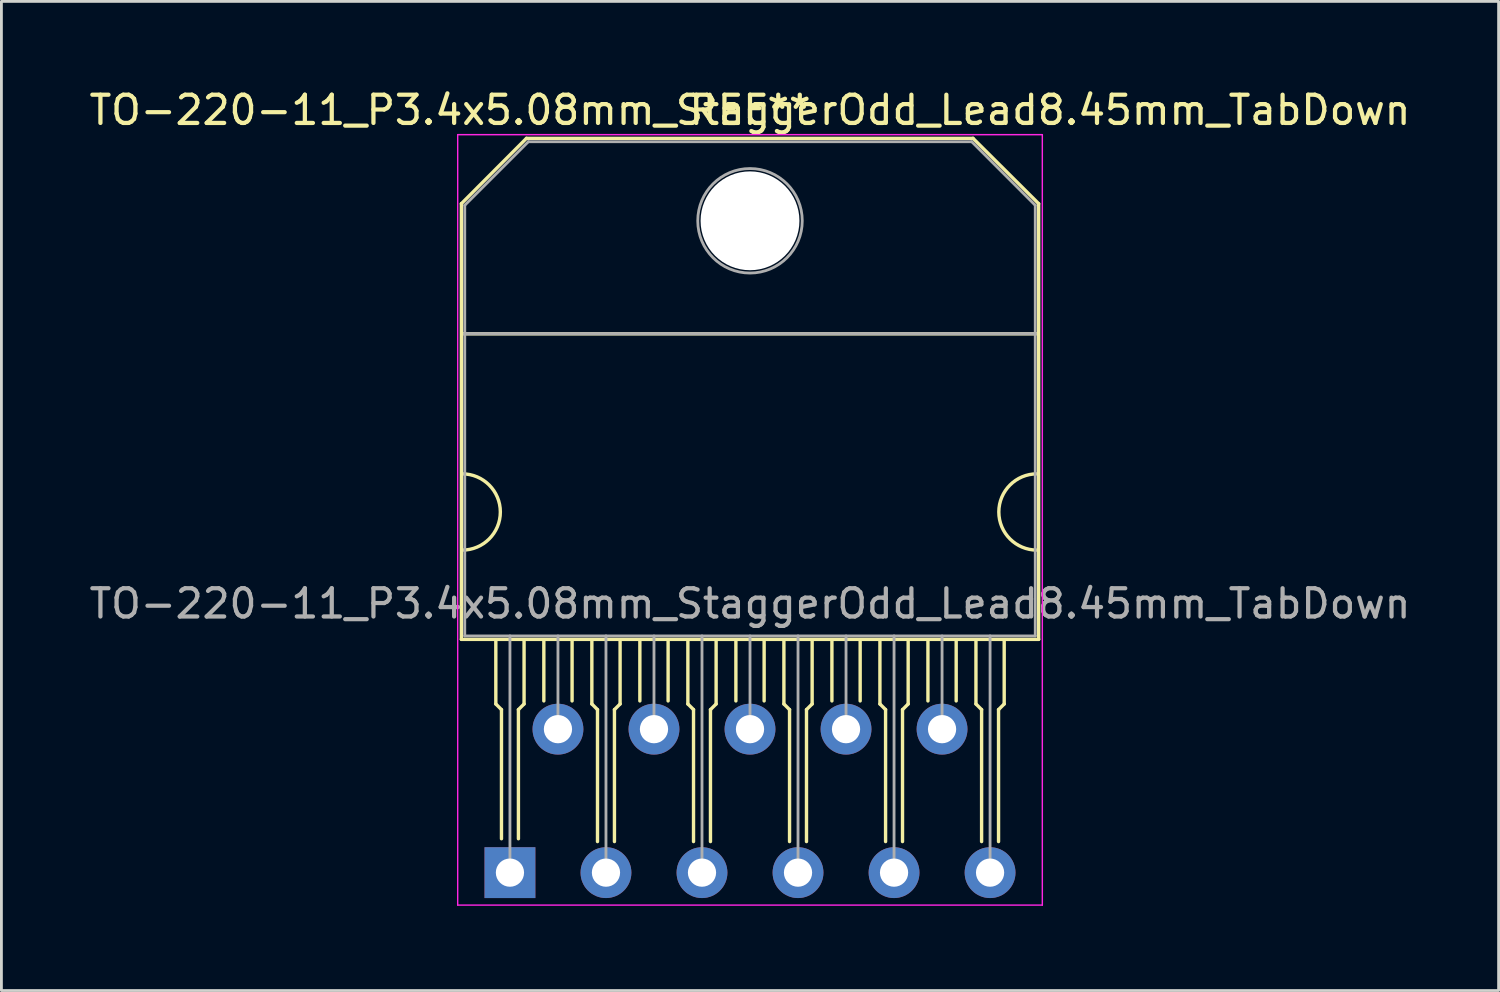
<source format=kicad_pcb>
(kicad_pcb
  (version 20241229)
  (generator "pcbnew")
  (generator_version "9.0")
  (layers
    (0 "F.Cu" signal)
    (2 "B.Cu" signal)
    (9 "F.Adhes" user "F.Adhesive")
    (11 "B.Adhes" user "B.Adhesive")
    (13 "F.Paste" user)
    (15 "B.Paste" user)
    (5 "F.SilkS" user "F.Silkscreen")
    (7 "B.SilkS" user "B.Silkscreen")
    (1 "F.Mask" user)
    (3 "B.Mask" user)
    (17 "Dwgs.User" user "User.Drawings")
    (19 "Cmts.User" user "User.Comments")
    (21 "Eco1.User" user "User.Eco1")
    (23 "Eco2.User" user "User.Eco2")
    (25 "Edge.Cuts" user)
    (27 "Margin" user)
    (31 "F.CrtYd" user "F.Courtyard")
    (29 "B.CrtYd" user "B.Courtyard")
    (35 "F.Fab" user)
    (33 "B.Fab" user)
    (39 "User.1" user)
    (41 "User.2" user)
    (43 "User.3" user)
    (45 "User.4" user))
  (footprint "TO-220-11_P3.4x5.08mm_StaggerOdd_Lead8.45mm_TabDown"
    (layer "F.Cu")
    (at 15.006 27.848)
    (property "Reference" "TO-220-11_P3.4x5.08mm_StaggerOdd_Lead8.45mm_TabDown" (at 8.5 -27 0) (layer "F.SilkS") (effects (font (size 1 1) (thickness 0.15))))
    (attr through_hole)
    (fp_line (start -1.72 -23.686) (end -1.72 -8.26) (stroke (width 0.12) (type solid)) (layer "F.SilkS"))
    (fp_line (start -1.72 -23.686) (end 0.585 -26) (stroke (width 0.12) (type solid)) (layer "F.SilkS"))
    (fp_line (start -1.72 -8.26) (end 18.72 -8.26) (stroke (width 0.12) (type solid)) (layer "F.SilkS"))
    (fp_line (start -1.69 -19.08) (end 18.66 -19.08) (stroke (width 0.12) (type solid)) (layer "F.SilkS"))
    (fp_line (start -0.5 -8.222) (end -0.5 -5.972) (stroke (width 0.12) (type solid)) (layer "F.SilkS"))
    (fp_line (start -0.5 -5.972) (end -0.3 -5.772) (stroke (width 0.12) (type solid)) (layer "F.SilkS"))
    (fp_line (start -0.3 -1.2) (end -0.3 -5.772) (stroke (width 0.12) (type solid)) (layer "F.SilkS"))
    (fp_line (start 0.3 -1.2) (end 0.3 -5.772) (stroke (width 0.12) (type solid)) (layer "F.SilkS"))
    (fp_line (start 0.5 -8.222) (end 0.5 -5.972) (stroke (width 0.12) (type solid)) (layer "F.SilkS"))
    (fp_line (start 0.5 -5.972) (end 0.3 -5.772) (stroke (width 0.12) (type solid)) (layer "F.SilkS"))
    (fp_line (start 0.585 -26) (end 16.396 -26) (stroke (width 0.12) (type solid)) (layer "F.SilkS"))
    (fp_line (start 1.2 -8.222) (end 1.2 -6.08) (stroke (width 0.12) (type solid)) (layer "F.SilkS"))
    (fp_line (start 2.2 -8.222) (end 2.2 -6.08) (stroke (width 0.12) (type solid)) (layer "F.SilkS"))
    (fp_line (start 2.9 -8.222) (end 2.9 -5.972) (stroke (width 0.12) (type solid)) (layer "F.SilkS"))
    (fp_line (start 2.9 -5.972) (end 3.1 -5.772) (stroke (width 0.12) (type solid)) (layer "F.SilkS"))
    (fp_line (start 3.1 -1.1) (end 3.1 -5.772) (stroke (width 0.12) (type solid)) (layer "F.SilkS"))
    (fp_line (start 3.7 -1.1) (end 3.7 -5.772) (stroke (width 0.12) (type solid)) (layer "F.SilkS"))
    (fp_line (start 3.9 -8.222) (end 3.9 -5.972) (stroke (width 0.12) (type solid)) (layer "F.SilkS"))
    (fp_line (start 3.9 -5.972) (end 3.7 -5.772) (stroke (width 0.12) (type solid)) (layer "F.SilkS"))
    (fp_line (start 4.6 -8.222) (end 4.6 -6.08) (stroke (width 0.12) (type solid)) (layer "F.SilkS"))
    (fp_line (start 5.6 -8.222) (end 5.6 -6.08) (stroke (width 0.12) (type solid)) (layer "F.SilkS"))
    (fp_line (start 6.3 -8.222) (end 6.3 -5.972) (stroke (width 0.12) (type solid)) (layer "F.SilkS"))
    (fp_line (start 6.3 -5.972) (end 6.5 -5.772) (stroke (width 0.12) (type solid)) (layer "F.SilkS"))
    (fp_line (start 6.5 -1.1) (end 6.5 -5.772) (stroke (width 0.12) (type solid)) (layer "F.SilkS"))
    (fp_line (start 7.1 -1.1) (end 7.1 -5.772) (stroke (width 0.12) (type solid)) (layer "F.SilkS"))
    (fp_line (start 7.3 -8.222) (end 7.3 -5.972) (stroke (width 0.12) (type solid)) (layer "F.SilkS"))
    (fp_line (start 7.3 -5.972) (end 7.1 -5.772) (stroke (width 0.12) (type solid)) (layer "F.SilkS"))
    (fp_line (start 8 -8.222) (end 8 -6.08) (stroke (width 0.12) (type solid)) (layer "F.SilkS"))
    (fp_line (start 9 -8.222) (end 9 -6.08) (stroke (width 0.12) (type solid)) (layer "F.SilkS"))
    (fp_line (start 9.7 -8.222) (end 9.7 -5.972) (stroke (width 0.12) (type solid)) (layer "F.SilkS"))
    (fp_line (start 9.7 -5.972) (end 9.9 -5.772) (stroke (width 0.12) (type solid)) (layer "F.SilkS"))
    (fp_line (start 9.9 -1.1) (end 9.9 -5.772) (stroke (width 0.12) (type solid)) (layer "F.SilkS"))
    (fp_line (start 10.5 -1.1) (end 10.5 -5.772) (stroke (width 0.12) (type solid)) (layer "F.SilkS"))
    (fp_line (start 10.7 -8.222) (end 10.7 -5.972) (stroke (width 0.12) (type solid)) (layer "F.SilkS"))
    (fp_line (start 10.7 -5.972) (end 10.5 -5.772) (stroke (width 0.12) (type solid)) (layer "F.SilkS"))
    (fp_line (start 11.4 -8.222) (end 11.4 -6.08) (stroke (width 0.12) (type solid)) (layer "F.SilkS"))
    (fp_line (start 12.4 -8.222) (end 12.4 -6.08) (stroke (width 0.12) (type solid)) (layer "F.SilkS"))
    (fp_line (start 13.1 -8.222) (end 13.1 -5.972) (stroke (width 0.12) (type solid)) (layer "F.SilkS"))
    (fp_line (start 13.1 -5.972) (end 13.3 -5.772) (stroke (width 0.12) (type solid)) (layer "F.SilkS"))
    (fp_line (start 13.3 -1.1) (end 13.3 -5.772) (stroke (width 0.12) (type solid)) (layer "F.SilkS"))
    (fp_line (start 13.9 -1.1) (end 13.9 -5.772) (stroke (width 0.12) (type solid)) (layer "F.SilkS"))
    (fp_line (start 14.1 -8.222) (end 14.1 -5.972) (stroke (width 0.12) (type solid)) (layer "F.SilkS"))
    (fp_line (start 14.1 -5.972) (end 13.9 -5.772) (stroke (width 0.12) (type solid)) (layer "F.SilkS"))
    (fp_line (start 14.8 -8.222) (end 14.8 -6.08) (stroke (width 0.12) (type solid)) (layer "F.SilkS"))
    (fp_line (start 15.8 -8.222) (end 15.8 -6.08) (stroke (width 0.12) (type solid)) (layer "F.SilkS"))
    (fp_line (start 16.5 -8.222) (end 16.5 -5.972) (stroke (width 0.12) (type solid)) (layer "F.SilkS"))
    (fp_line (start 16.5 -5.972) (end 16.7 -5.772) (stroke (width 0.12) (type solid)) (layer "F.SilkS"))
    (fp_line (start 16.7 -1.1) (end 16.7 -5.772) (stroke (width 0.12) (type solid)) (layer "F.SilkS"))
    (fp_line (start 17.3 -1.1) (end 17.3 -5.772) (stroke (width 0.12) (type solid)) (layer "F.SilkS"))
    (fp_line (start 17.5 -8.222) (end 17.5 -5.972) (stroke (width 0.12) (type solid)) (layer "F.SilkS"))
    (fp_line (start 17.5 -5.972) (end 17.3 -5.772) (stroke (width 0.12) (type solid)) (layer "F.SilkS"))
    (fp_line (start 18.72 -23.686) (end 16.396 -26) (stroke (width 0.12) (type solid)) (layer "F.SilkS"))
    (fp_line (start 18.72 -23.686) (end 18.72 -8.26) (stroke (width 0.12) (type solid)) (layer "F.SilkS"))
    (fp_arc (start -1.69 -14.12) (mid -0.34 -12.77) (end -1.69 -11.42) (stroke (width 0.12) (type solid)) (layer "F.SilkS"))
    (fp_arc (start 18.66 -11.42) (mid 17.31 -12.77) (end 18.66 -14.12) (stroke (width 0.12) (type solid)) (layer "F.SilkS"))
    (fp_line (start -1.85 -26.13) (end -1.85 1.15) (stroke (width 0.05) (type solid)) (layer "F.CrtYd"))
    (fp_line (start -1.85 1.15) (end 18.85 1.15) (stroke (width 0.05) (type solid)) (layer "F.CrtYd"))
    (fp_line (start 18.85 -26.13) (end -1.85 -26.13) (stroke (width 0.05) (type solid)) (layer "F.CrtYd"))
    (fp_line (start 18.85 1.15) (end 18.85 -26.13) (stroke (width 0.05) (type solid)) (layer "F.CrtYd"))
    (fp_line (start -1.6 -23.63) (end 0.651 -25.88) (stroke (width 0.1) (type solid)) (layer "F.Fab"))
    (fp_line (start -1.6 -19.08) (end -1.6 -23.63) (stroke (width 0.1) (type solid)) (layer "F.Fab"))
    (fp_line (start -1.6 -19.08) (end 18.6 -19.08) (stroke (width 0.1) (type solid)) (layer "F.Fab"))
    (fp_line (start -1.6 -8.38) (end -1.6 -19.08) (stroke (width 0.1) (type solid)) (layer "F.Fab"))
    (fp_line (start 0 -8.382) (end 0 0) (stroke (width 0.1) (type solid)) (layer "F.Fab"))
    (fp_line (start 0.651 -25.88) (end 16.351 -25.88) (stroke (width 0.1) (type solid)) (layer "F.Fab"))
    (fp_line (start 1.7 -8.38) (end 1.7 -5.08) (stroke (width 0.1) (type solid)) (layer "F.Fab"))
    (fp_line (start 3.4 -8.382) (end 3.4 0) (stroke (width 0.1) (type solid)) (layer "F.Fab"))
    (fp_line (start 5.1 -8.38) (end 5.1 -5.08) (stroke (width 0.1) (type solid)) (layer "F.Fab"))
    (fp_line (start 6.8 -8.382) (end 6.8 0) (stroke (width 0.1) (type solid)) (layer "F.Fab"))
    (fp_line (start 8.5 -8.38) (end 8.5 -5.08) (stroke (width 0.1) (type solid)) (layer "F.Fab"))
    (fp_line (start 10.2 -8.382) (end 10.2 0) (stroke (width 0.1) (type solid)) (layer "F.Fab"))
    (fp_line (start 11.9 -8.38) (end 11.9 -5.08) (stroke (width 0.1) (type solid)) (layer "F.Fab"))
    (fp_line (start 13.6 -8.382) (end 13.6 0) (stroke (width 0.1) (type solid)) (layer "F.Fab"))
    (fp_line (start 15.3 -8.38) (end 15.3 -5.08) (stroke (width 0.1) (type solid)) (layer "F.Fab"))
    (fp_line (start 16.351 -25.88) (end 18.6 -23.63) (stroke (width 0.1) (type solid)) (layer "F.Fab"))
    (fp_line (start 17 -8.382) (end 17 0) (stroke (width 0.1) (type solid)) (layer "F.Fab"))
    (fp_line (start 18.6 -23.63) (end 18.6 -19.08) (stroke (width 0.1) (type solid)) (layer "F.Fab"))
    (fp_line (start 18.6 -19.08) (end -1.6 -19.08) (stroke (width 0.1) (type solid)) (layer "F.Fab"))
    (fp_line (start 18.6 -19.08) (end 18.6 -8.38) (stroke (width 0.1) (type solid)) (layer "F.Fab"))
    (fp_line (start 18.6 -8.38) (end -1.6 -8.38) (stroke (width 0.1) (type solid)) (layer "F.Fab"))
    (fp_circle (center 8.5 -23.08) (end 10.35 -23.08) (stroke (width 0.1) (type solid)) (fill no) (layer "F.Fab"))
    (fp_text user "REF**" (at 8.5 -27 0) (layer "F.SilkS") (effects (font (size 1 1) (thickness 0.15))))
    (fp_text user "${REFERENCE}" (at 8.5 -9.525 0) (layer "F.Fab") (effects (font (size 1 1) (thickness 0.15))))
    (pad "" np_thru_hole oval (at 8.5 -23.08) (size 3.5 3.5) (drill 3.5) (layers "*.Cu" "*.Mask"))
    (pad "1" thru_hole rect (at 0 0) (size 1.8 1.8) (drill 1) (layers "*.Cu" "*.Mask"))
    (pad "2" thru_hole oval (at 1.7 -5.08) (size 1.8 1.8) (drill 1) (layers "*.Cu" "*.Mask"))
    (pad "3" thru_hole oval (at 3.4 0) (size 1.8 1.8) (drill 1) (layers "*.Cu" "*.Mask"))
    (pad "4" thru_hole oval (at 5.1 -5.08) (size 1.8 1.8) (drill 1) (layers "*.Cu" "*.Mask"))
    (pad "5" thru_hole oval (at 6.8 0) (size 1.8 1.8) (drill 1) (layers "*.Cu" "*.Mask"))
    (pad "6" thru_hole oval (at 8.5 -5.08) (size 1.8 1.8) (drill 1) (layers "*.Cu" "*.Mask"))
    (pad "7" thru_hole oval (at 10.2 0) (size 1.8 1.8) (drill 1) (layers "*.Cu" "*.Mask"))
    (pad "8" thru_hole oval (at 11.9 -5.08) (size 1.8 1.8) (drill 1) (layers "*.Cu" "*.Mask"))
    (pad "9" thru_hole oval (at 13.6 0) (size 1.8 1.8) (drill 1) (layers "*.Cu" "*.Mask"))
    (pad "10" thru_hole oval (at 15.3 -5.08) (size 1.8 1.8) (drill 1) (layers "*.Cu" "*.Mask"))
    (pad "11" thru_hole oval (at 17 0) (size 1.8 1.8) (drill 1) (layers "*.Cu" "*.Mask")))
  (gr_rect
    (start -3 -3)
    (end 50.012 32.023)
    (stroke (width 0.1) (type default))
    (fill no)
    (layer "Edge.Cuts")))
</source>
